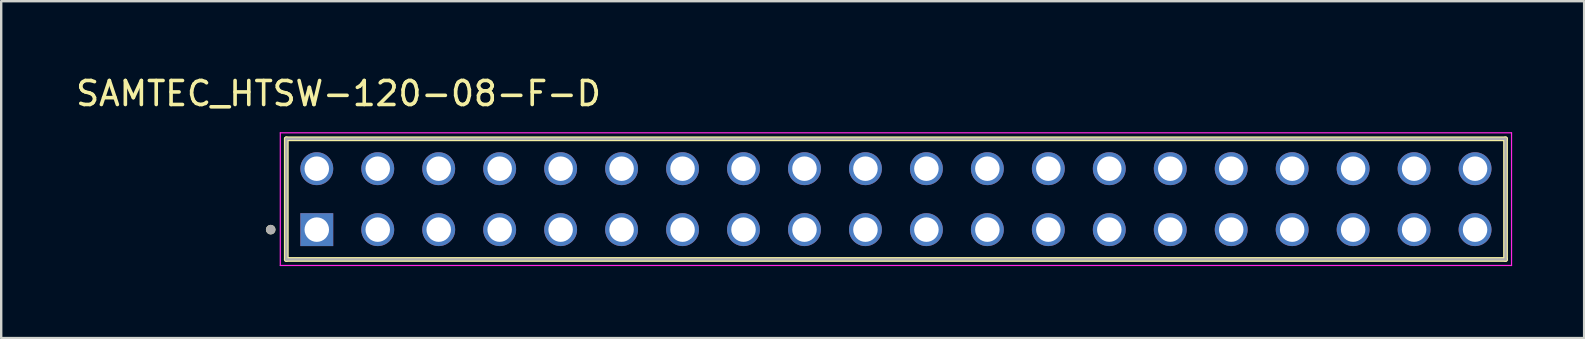
<source format=kicad_pcb>
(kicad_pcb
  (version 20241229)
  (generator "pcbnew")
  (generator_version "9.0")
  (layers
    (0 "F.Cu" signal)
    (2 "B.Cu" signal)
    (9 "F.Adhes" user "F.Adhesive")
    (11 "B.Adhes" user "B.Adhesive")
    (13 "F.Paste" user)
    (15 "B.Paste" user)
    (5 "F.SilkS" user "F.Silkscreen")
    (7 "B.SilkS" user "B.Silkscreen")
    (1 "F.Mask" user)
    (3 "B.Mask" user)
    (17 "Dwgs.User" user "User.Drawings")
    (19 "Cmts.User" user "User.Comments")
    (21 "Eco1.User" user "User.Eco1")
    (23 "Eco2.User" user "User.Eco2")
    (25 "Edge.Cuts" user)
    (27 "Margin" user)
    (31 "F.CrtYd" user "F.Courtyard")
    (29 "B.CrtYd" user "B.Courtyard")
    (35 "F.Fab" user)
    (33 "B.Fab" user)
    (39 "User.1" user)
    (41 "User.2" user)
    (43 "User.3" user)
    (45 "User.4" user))
  (footprint "SAMTEC_HTSW-120-08-F-D"
    (layer "F.Cu")
    (at 34.279 5.248)
    (property "Reference" "SAMTEC_HTSW-120-08-F-D" (at -23.225 -4.399 0) (layer "F.SilkS") (effects (font (size 1 1) (thickness 0.15))))
    (attr through_hole)
    (fp_line (start -25.4 2.514) (end -25.4 -2.514) (stroke (width 0.2) (type solid)) (layer "F.SilkS"))
    (fp_line (start 25.4 -2.514) (end -25.4 -2.514) (stroke (width 0.2) (type solid)) (layer "F.SilkS"))
    (fp_line (start 25.4 -2.514) (end 25.4 2.514) (stroke (width 0.2) (type solid)) (layer "F.SilkS"))
    (fp_line (start 25.4 2.514) (end -25.4 2.514) (stroke (width 0.2) (type solid)) (layer "F.SilkS"))
    (fp_circle (center -26.05 1.27) (end -25.95 1.27) (stroke (width 0.2) (type solid)) (fill no) (layer "F.SilkS"))
    (fp_line (start -25.65 -2.764) (end 25.65 -2.764) (stroke (width 0.05) (type solid)) (layer "F.CrtYd"))
    (fp_line (start -25.65 2.764) (end -25.65 -2.764) (stroke (width 0.05) (type solid)) (layer "F.CrtYd"))
    (fp_line (start 25.65 -2.764) (end 25.65 2.764) (stroke (width 0.05) (type solid)) (layer "F.CrtYd"))
    (fp_line (start 25.65 2.764) (end -25.65 2.764) (stroke (width 0.05) (type solid)) (layer "F.CrtYd"))
    (fp_line (start -25.4 -2.514) (end 25.4 -2.514) (stroke (width 0.1) (type solid)) (layer "F.Fab"))
    (fp_line (start -25.4 2.514) (end -25.4 -2.514) (stroke (width 0.1) (type solid)) (layer "F.Fab"))
    (fp_line (start 25.4 -2.514) (end 25.4 2.514) (stroke (width 0.1) (type solid)) (layer "F.Fab"))
    (fp_line (start 25.4 2.514) (end -25.4 2.514) (stroke (width 0.1) (type solid)) (layer "F.Fab"))
    (fp_circle (center -26.05 1.27) (end -25.95 1.27) (stroke (width 0.2) (type solid)) (fill no) (layer "F.Fab"))
    (pad "01" thru_hole rect (at -24.13 1.27) (size 1.37 1.37) (drill 1.02) (layers "*.Cu" "*.Mask"))
    (pad "02" thru_hole circle (at -24.13 -1.27) (size 1.37 1.37) (drill 1.02) (layers "*.Cu" "*.Mask"))
    (pad "03" thru_hole circle (at -21.59 1.27) (size 1.37 1.37) (drill 1.02) (layers "*.Cu" "*.Mask"))
    (pad "04" thru_hole circle (at -21.59 -1.27) (size 1.37 1.37) (drill 1.02) (layers "*.Cu" "*.Mask"))
    (pad "05" thru_hole circle (at -19.05 1.27) (size 1.37 1.37) (drill 1.02) (layers "*.Cu" "*.Mask"))
    (pad "06" thru_hole circle (at -19.05 -1.27) (size 1.37 1.37) (drill 1.02) (layers "*.Cu" "*.Mask"))
    (pad "07" thru_hole circle (at -16.51 1.27) (size 1.37 1.37) (drill 1.02) (layers "*.Cu" "*.Mask"))
    (pad "08" thru_hole circle (at -16.51 -1.27) (size 1.37 1.37) (drill 1.02) (layers "*.Cu" "*.Mask"))
    (pad "09" thru_hole circle (at -13.97 1.27) (size 1.37 1.37) (drill 1.02) (layers "*.Cu" "*.Mask"))
    (pad "10" thru_hole circle (at -13.97 -1.27) (size 1.37 1.37) (drill 1.02) (layers "*.Cu" "*.Mask"))
    (pad "11" thru_hole circle (at -11.43 1.27) (size 1.37 1.37) (drill 1.02) (layers "*.Cu" "*.Mask"))
    (pad "12" thru_hole circle (at -11.43 -1.27) (size 1.37 1.37) (drill 1.02) (layers "*.Cu" "*.Mask"))
    (pad "13" thru_hole circle (at -8.89 1.27) (size 1.37 1.37) (drill 1.02) (layers "*.Cu" "*.Mask"))
    (pad "14" thru_hole circle (at -8.89 -1.27) (size 1.37 1.37) (drill 1.02) (layers "*.Cu" "*.Mask"))
    (pad "15" thru_hole circle (at -6.35 1.27) (size 1.37 1.37) (drill 1.02) (layers "*.Cu" "*.Mask"))
    (pad "16" thru_hole circle (at -6.35 -1.27) (size 1.37 1.37) (drill 1.02) (layers "*.Cu" "*.Mask"))
    (pad "17" thru_hole circle (at -3.81 1.27) (size 1.37 1.37) (drill 1.02) (layers "*.Cu" "*.Mask"))
    (pad "18" thru_hole circle (at -3.81 -1.27) (size 1.37 1.37) (drill 1.02) (layers "*.Cu" "*.Mask"))
    (pad "19" thru_hole circle (at -1.27 1.27) (size 1.37 1.37) (drill 1.02) (layers "*.Cu" "*.Mask"))
    (pad "20" thru_hole circle (at -1.27 -1.27) (size 1.37 1.37) (drill 1.02) (layers "*.Cu" "*.Mask"))
    (pad "21" thru_hole circle (at 1.27 1.27) (size 1.37 1.37) (drill 1.02) (layers "*.Cu" "*.Mask"))
    (pad "22" thru_hole circle (at 1.27 -1.27) (size 1.37 1.37) (drill 1.02) (layers "*.Cu" "*.Mask"))
    (pad "23" thru_hole circle (at 3.81 1.27) (size 1.37 1.37) (drill 1.02) (layers "*.Cu" "*.Mask"))
    (pad "24" thru_hole circle (at 3.81 -1.27) (size 1.37 1.37) (drill 1.02) (layers "*.Cu" "*.Mask"))
    (pad "25" thru_hole circle (at 6.35 1.27) (size 1.37 1.37) (drill 1.02) (layers "*.Cu" "*.Mask"))
    (pad "26" thru_hole circle (at 6.35 -1.27) (size 1.37 1.37) (drill 1.02) (layers "*.Cu" "*.Mask"))
    (pad "27" thru_hole circle (at 8.89 1.27) (size 1.37 1.37) (drill 1.02) (layers "*.Cu" "*.Mask"))
    (pad "28" thru_hole circle (at 8.89 -1.27) (size 1.37 1.37) (drill 1.02) (layers "*.Cu" "*.Mask"))
    (pad "29" thru_hole circle (at 11.43 1.27) (size 1.37 1.37) (drill 1.02) (layers "*.Cu" "*.Mask"))
    (pad "30" thru_hole circle (at 11.43 -1.27) (size 1.37 1.37) (drill 1.02) (layers "*.Cu" "*.Mask"))
    (pad "31" thru_hole circle (at 13.97 1.27) (size 1.37 1.37) (drill 1.02) (layers "*.Cu" "*.Mask"))
    (pad "32" thru_hole circle (at 13.97 -1.27) (size 1.37 1.37) (drill 1.02) (layers "*.Cu" "*.Mask"))
    (pad "33" thru_hole circle (at 16.51 1.27) (size 1.37 1.37) (drill 1.02) (layers "*.Cu" "*.Mask"))
    (pad "34" thru_hole circle (at 16.51 -1.27) (size 1.37 1.37) (drill 1.02) (layers "*.Cu" "*.Mask"))
    (pad "35" thru_hole circle (at 19.05 1.27) (size 1.37 1.37) (drill 1.02) (layers "*.Cu" "*.Mask"))
    (pad "36" thru_hole circle (at 19.05 -1.27) (size 1.37 1.37) (drill 1.02) (layers "*.Cu" "*.Mask"))
    (pad "37" thru_hole circle (at 21.59 1.27) (size 1.37 1.37) (drill 1.02) (layers "*.Cu" "*.Mask"))
    (pad "38" thru_hole circle (at 21.59 -1.27) (size 1.37 1.37) (drill 1.02) (layers "*.Cu" "*.Mask"))
    (pad "39" thru_hole circle (at 24.13 1.27) (size 1.37 1.37) (drill 1.02) (layers "*.Cu" "*.Mask"))
    (pad "40" thru_hole circle (at 24.13 -1.27) (size 1.37 1.37) (drill 1.02) (layers "*.Cu" "*.Mask")))
  (gr_rect
    (start -3 -3)
    (end 62.954 11.037)
    (stroke (width 0.1) (type default))
    (fill no)
    (layer "Edge.Cuts")))
</source>
